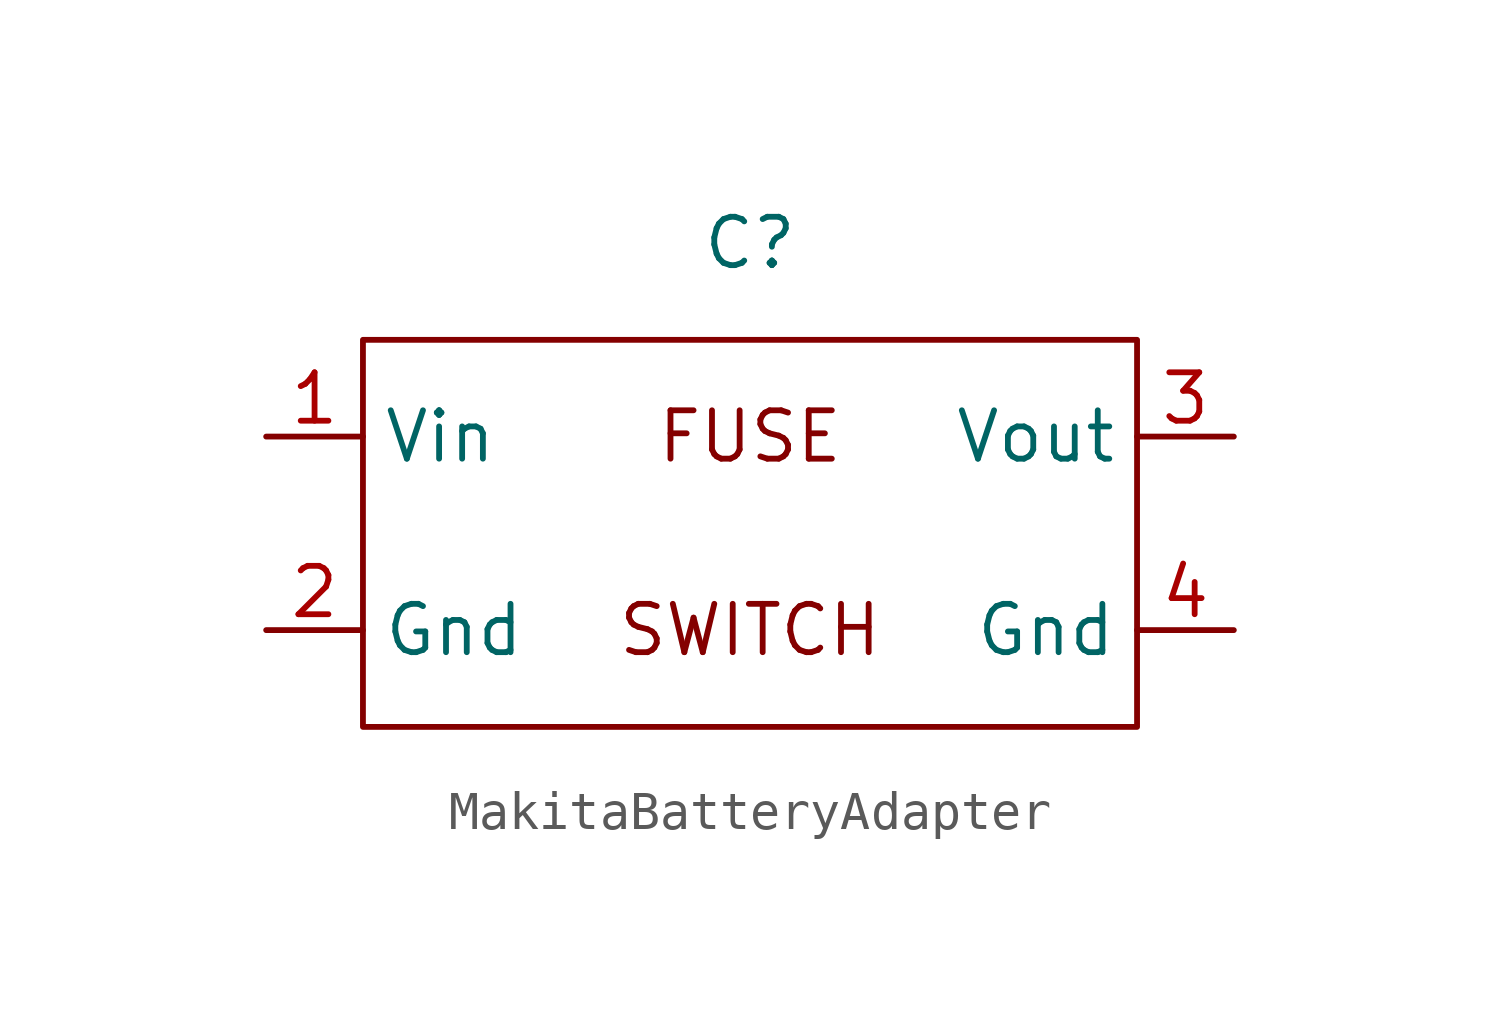
<source format=kicad_sym>
(kicad_symbol_lib
  (version 20220914)
  (generator kicad_symbol_editor)
  (symbol "MakitaBatteryAdapter"
    (property "Reference" "C"
      (at 0 7.62 0)
      (effects (font (size 1.27 1.27))))
    (property "Value" ""
      (at 0 0 0)
      (effects (font (size 1.27 1.27))))
    (symbol "MakitaBatteryAdapter_0_1"
      (rectangle (start -10.16 5.08) (end 10.16 -5.08) (stroke (width 0) (type default)) (fill (type none))))
    (symbol "MakitaBatteryAdapter_1_1"
      (text "FUSE" (at 0 2.54 0) (effects (font (size 1.27 1.27))))
      (text "SWITCH" (at 0 -2.54 0) (effects (font (size 1.27 1.27))))
      (pin input line (at -12.7 2.54 0) (length 2.54) (name "Vin" (effects (font (size 1.27 1.27)))) (number "1" (effects (font (size 1.27 1.27)))))
      (pin input line (at -12.7 -2.54 0) (length 2.54) (name "Gnd" (effects (font (size 1.27 1.27)))) (number "2" (effects (font (size 1.27 1.27)))))
      (pin output line (at 12.7 2.54 180) (length 2.54) (name "Vout" (effects (font (size 1.27 1.27)))) (number "3" (effects (font (size 1.27 1.27)))))
      (pin output line (at 12.7 -2.54 180) (length 2.54) (name "Gnd" (effects (font (size 1.27 1.27)))) (number "4" (effects (font (size 1.27 1.27))))))))
</source>
